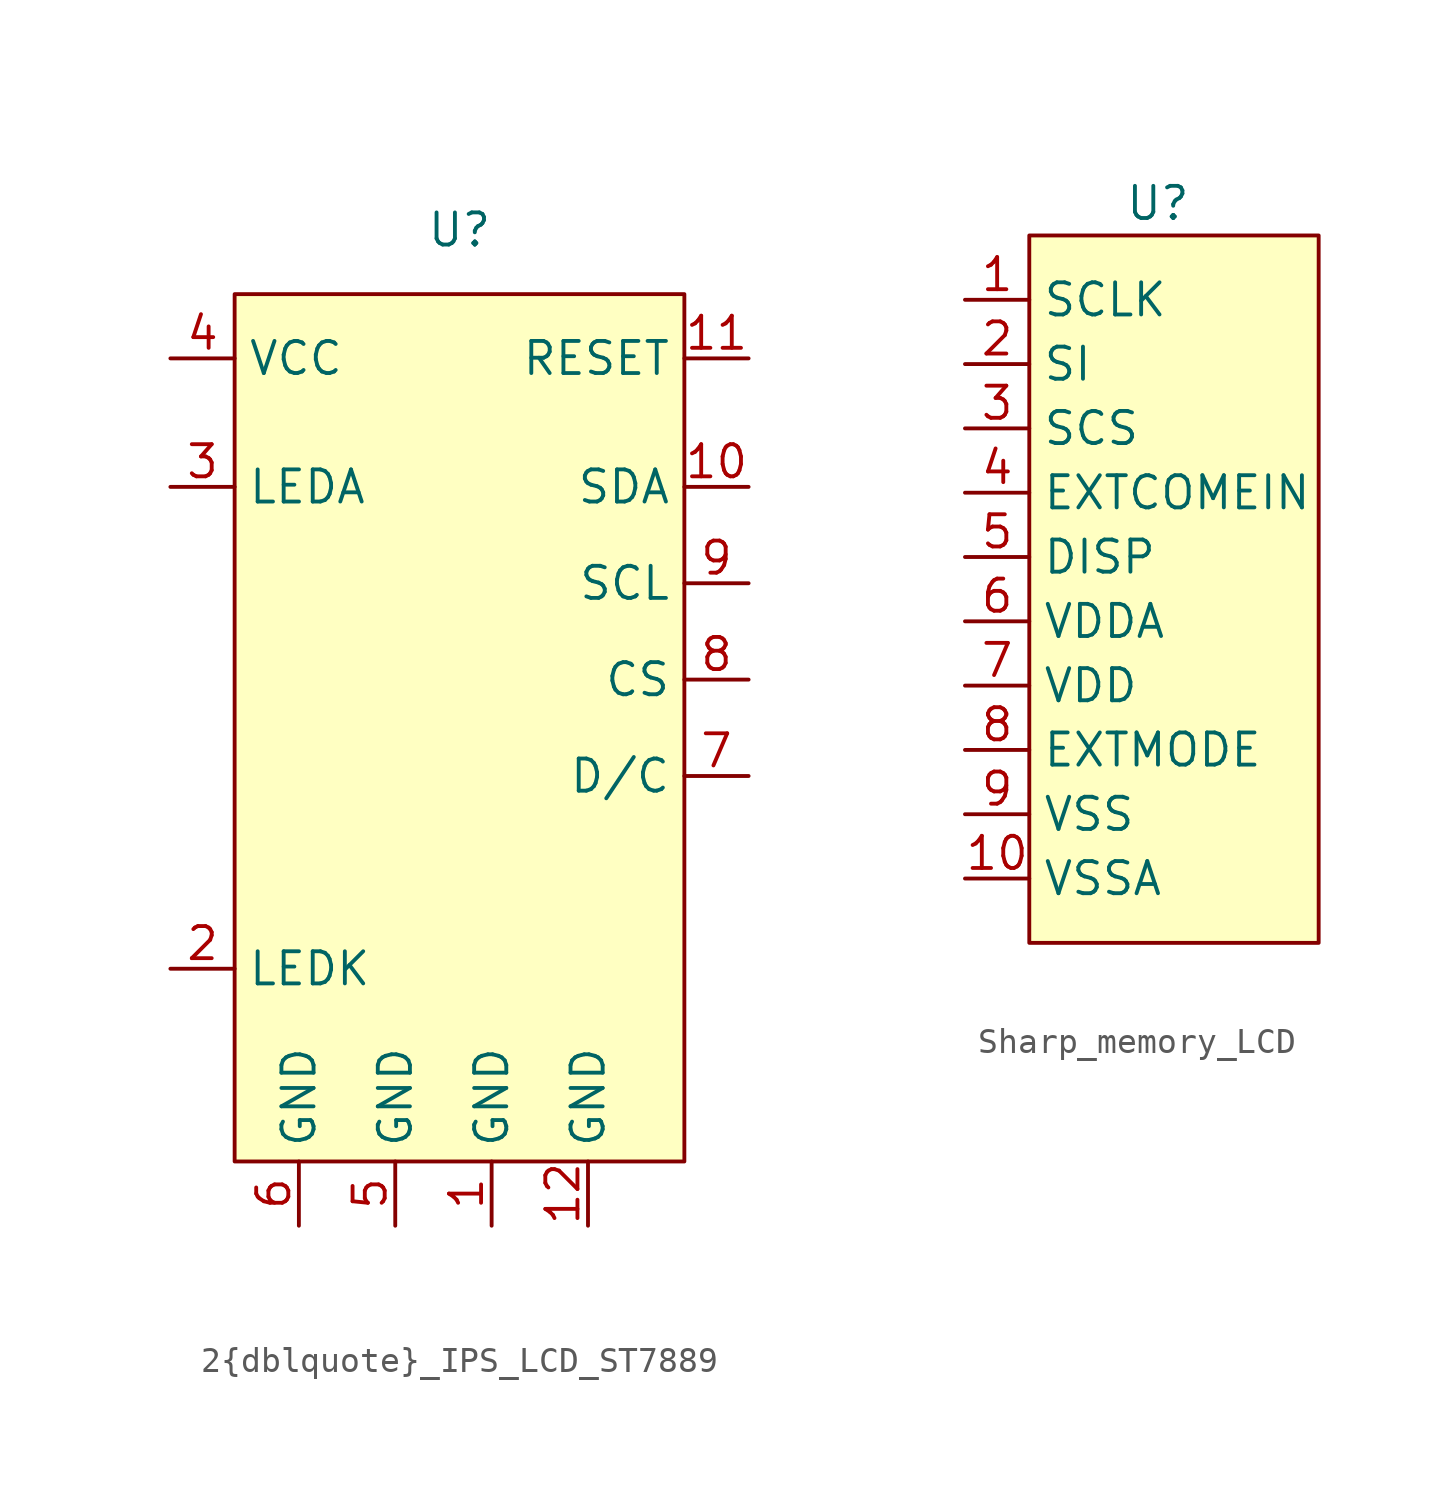
<source format=kicad_sym>
(kicad_symbol_lib
  (version 20220914)
  (generator kicad_symbol_editor)
  (symbol "2{dblquote}_IPS_LCD_ST7889"
    (property "Reference" "U"
      (at 0 6.35 0)
      (effects (font (size 1.27 1.27))))
    (property "Value" ""
      (at 0 6.35 0)
      (effects (font (size 1.27 1.27))))
    (symbol "2{dblquote}_IPS_LCD_ST7889_1_1"
      (rectangle (start -8.89 3.81) (end 8.89 -30.48) (stroke (width 0) (type default)) (fill (type background)))
      (pin input line (at 1.27 -33.02 90) (length 2.54) (name "GND" (effects (font (size 1.27 1.27)))) (number "1" (effects (font (size 1.27 1.27)))))
      (pin input line (at 11.43 -3.81 180) (length 2.54) (name "SDA" (effects (font (size 1.27 1.27)))) (number "10" (effects (font (size 1.27 1.27)))))
      (pin input line (at 11.43 1.27 180) (length 2.54) (name "RESET" (effects (font (size 1.27 1.27)))) (number "11" (effects (font (size 1.27 1.27)))))
      (pin input line (at 5.08 -33.02 90) (length 2.54) (name "GND" (effects (font (size 1.27 1.27)))) (number "12" (effects (font (size 1.27 1.27)))))
      (pin input line (at -11.43 -22.86 0) (length 2.54) (name "LEDK" (effects (font (size 1.27 1.27)))) (number "2" (effects (font (size 1.27 1.27)))))
      (pin input line (at -11.43 -3.81 0) (length 2.54) (name "LEDA" (effects (font (size 1.27 1.27)))) (number "3" (effects (font (size 1.27 1.27)))))
      (pin input line (at -11.43 1.27 0) (length 2.54) (name "VCC" (effects (font (size 1.27 1.27)))) (number "4" (effects (font (size 1.27 1.27)))))
      (pin input line (at -2.54 -33.02 90) (length 2.54) (name "GND" (effects (font (size 1.27 1.27)))) (number "5" (effects (font (size 1.27 1.27)))))
      (pin input line (at -6.35 -33.02 90) (length 2.54) (name "GND" (effects (font (size 1.27 1.27)))) (number "6" (effects (font (size 1.27 1.27)))))
      (pin input line (at 11.43 -15.24 180) (length 2.54) (name "D/C" (effects (font (size 1.27 1.27)))) (number "7" (effects (font (size 1.27 1.27)))))
      (pin input line (at 11.43 -11.43 180) (length 2.54) (name "CS" (effects (font (size 1.27 1.27)))) (number "8" (effects (font (size 1.27 1.27)))))
      (pin input line (at 11.43 -7.62 180) (length 2.54) (name "SCL" (effects (font (size 1.27 1.27)))) (number "9" (effects (font (size 1.27 1.27)))))))
  (symbol "Sharp_memory_LCD"
    (property "Reference" "U"
      (at 0 7.62 0)
      (effects (font (size 1.27 1.27))))
    (property "Value" ""
      (at 0 7.62 0)
      (effects (font (size 1.27 1.27))))
    (symbol "Sharp_memory_LCD_1_1"
      (rectangle (start -5.08 6.35) (end 6.35 -21.59) (stroke (width 0) (type default)) (fill (type background)))
      (pin input line (at -7.62 3.81 0) (length 2.54) (name "SCLK" (effects (font (size 1.27 1.27)))) (number "1" (effects (font (size 1.27 1.27)))))
      (pin input line (at -7.62 -19.05 0) (length 2.54) (name "VSSA" (effects (font (size 1.27 1.27)))) (number "10" (effects (font (size 1.27 1.27)))))
      (pin input line (at -7.62 1.27 0) (length 2.54) (name "SI" (effects (font (size 1.27 1.27)))) (number "2" (effects (font (size 1.27 1.27)))))
      (pin input line (at -7.62 -1.27 0) (length 2.54) (name "SCS" (effects (font (size 1.27 1.27)))) (number "3" (effects (font (size 1.27 1.27)))))
      (pin input line (at -7.62 -3.81 0) (length 2.54) (name "EXTCOMEIN" (effects (font (size 1.27 1.27)))) (number "4" (effects (font (size 1.27 1.27)))))
      (pin input line (at -7.62 -6.35 0) (length 2.54) (name "DISP" (effects (font (size 1.27 1.27)))) (number "5" (effects (font (size 1.27 1.27)))))
      (pin input line (at -7.62 -8.89 0) (length 2.54) (name "VDDA" (effects (font (size 1.27 1.27)))) (number "6" (effects (font (size 1.27 1.27)))))
      (pin input line (at -7.62 -11.43 0) (length 2.54) (name "VDD" (effects (font (size 1.27 1.27)))) (number "7" (effects (font (size 1.27 1.27)))))
      (pin input line (at -7.62 -13.97 0) (length 2.54) (name "EXTMODE" (effects (font (size 1.27 1.27)))) (number "8" (effects (font (size 1.27 1.27)))))
      (pin input line (at -7.62 -16.51 0) (length 2.54) (name "VSS" (effects (font (size 1.27 1.27)))) (number "9" (effects (font (size 1.27 1.27))))))))
</source>
